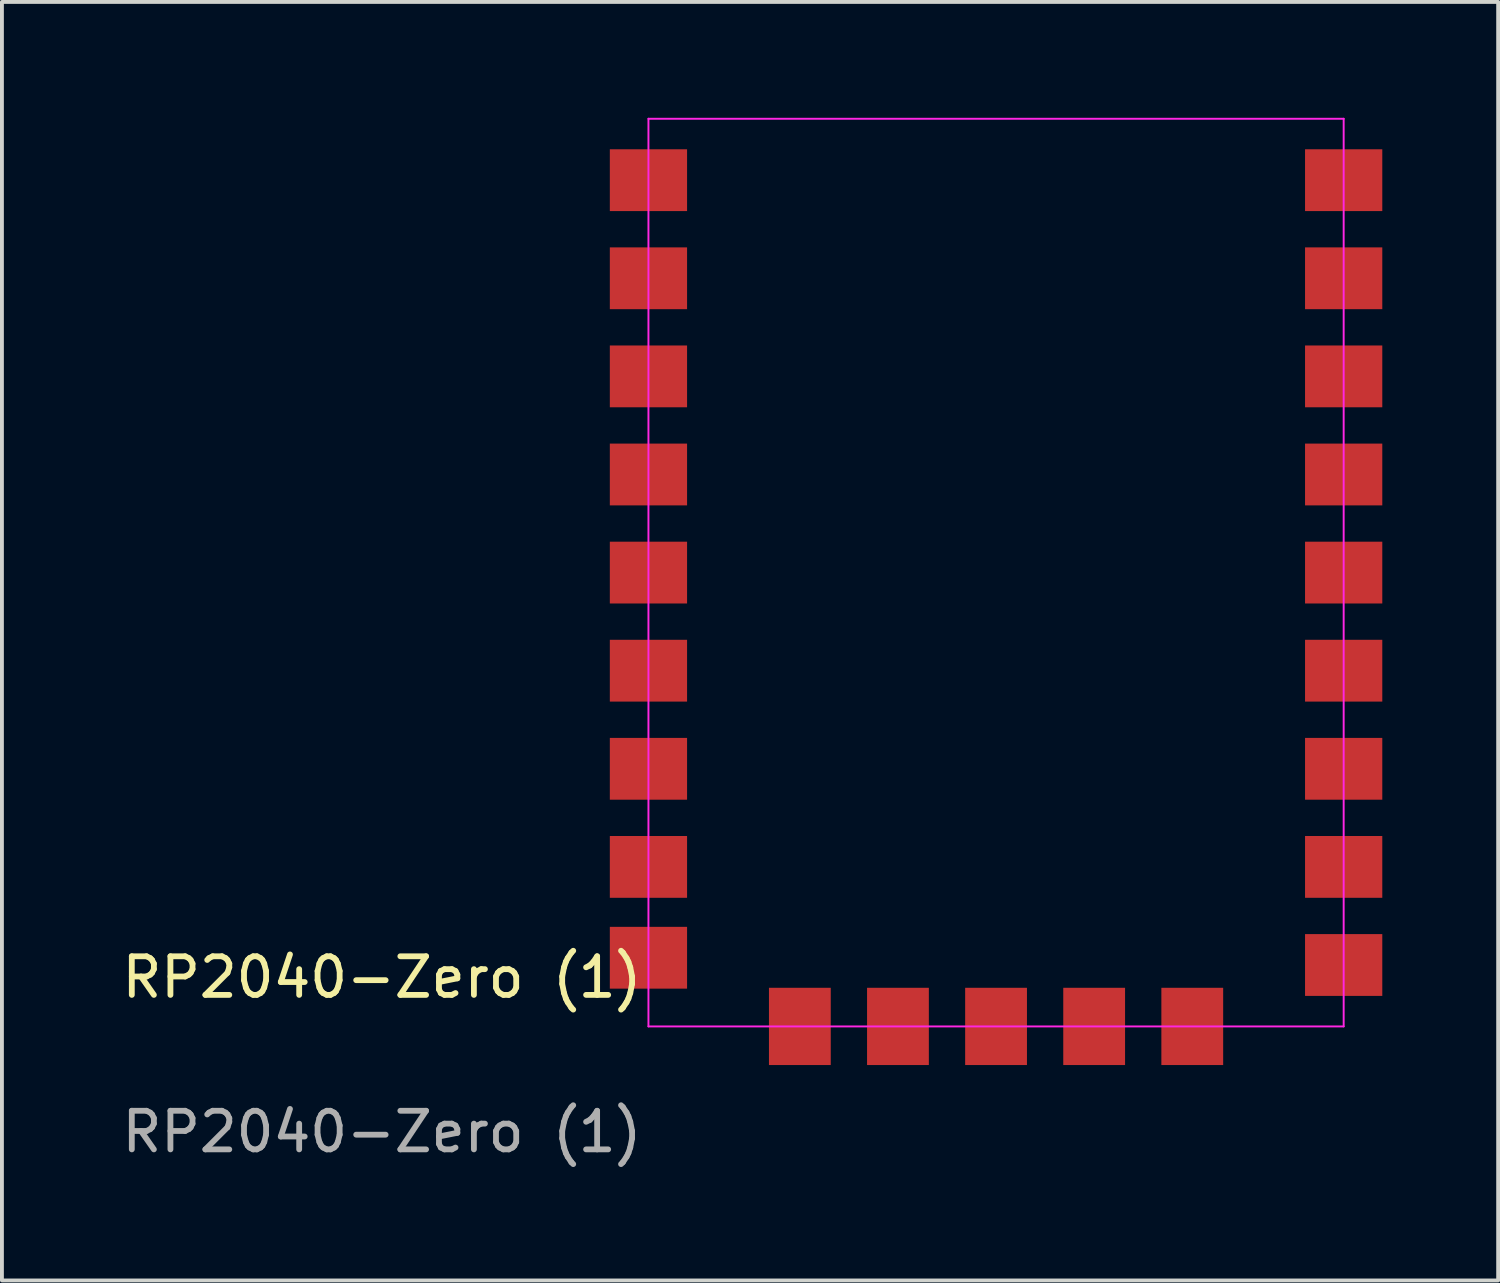
<source format=kicad_pcb>
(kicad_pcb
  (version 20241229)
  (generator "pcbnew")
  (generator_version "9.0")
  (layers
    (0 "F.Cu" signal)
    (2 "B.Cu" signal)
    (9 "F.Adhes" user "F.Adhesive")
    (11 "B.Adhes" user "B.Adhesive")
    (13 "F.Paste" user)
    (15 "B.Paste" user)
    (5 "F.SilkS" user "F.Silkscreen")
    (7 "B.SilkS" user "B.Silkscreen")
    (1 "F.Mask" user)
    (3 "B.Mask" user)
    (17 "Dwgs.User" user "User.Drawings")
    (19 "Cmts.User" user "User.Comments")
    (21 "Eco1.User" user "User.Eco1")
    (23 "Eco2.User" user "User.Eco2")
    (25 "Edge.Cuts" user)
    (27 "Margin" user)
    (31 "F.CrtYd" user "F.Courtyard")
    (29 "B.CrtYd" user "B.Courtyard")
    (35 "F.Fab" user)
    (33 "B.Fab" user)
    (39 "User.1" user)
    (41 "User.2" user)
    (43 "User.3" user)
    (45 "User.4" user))
  (footprint "RP2040-Zero (1)"
    (layer "F.Cu")
    (at 13.739 23.525)
    (property "Reference" "RP2040-Zero (1)" (at -6.9 -1.271 0) (unlocked yes) (layer "F.SilkS") (effects (font (size 1 1) (thickness 0.15))))
    (attr through_hole)
    (fp_line (start 0 -23.5) (end 0 0) (stroke (width 0.05) (type solid)) (layer "F.CrtYd"))
    (fp_line (start 0 -23.5) (end 18 -23.5) (stroke (width 0.05) (type solid)) (layer "F.CrtYd"))
    (fp_line (start 18 -23.5) (end 18 0) (stroke (width 0.05) (type solid)) (layer "F.CrtYd"))
    (fp_line (start 18 0) (end 0 0) (stroke (width 0.05) (type solid)) (layer "F.CrtYd"))
    (fp_text user "${REFERENCE}" (at -6.9 2.729 0) (unlocked yes) (layer "F.Fab") (effects (font (size 1 1) (thickness 0.15))))
    (pad "1" smd rect (at 18 -21.91) (size 2 1.6) (layers "F.Cu" "F.Mask" "F.Paste"))
    (pad "2" smd rect (at 18 -19.37) (size 2 1.6) (layers "F.Cu" "F.Mask" "F.Paste"))
    (pad "3" smd rect (at 18 -16.83) (size 2 1.6) (layers "F.Cu" "F.Mask" "F.Paste"))
    (pad "4" smd rect (at 18 -14.29) (size 2 1.6) (layers "F.Cu" "F.Mask" "F.Paste"))
    (pad "5" smd rect (at 18 -11.75) (size 2 1.6) (layers "F.Cu" "F.Mask" "F.Paste"))
    (pad "6" smd rect (at 18 -9.21) (size 2 1.6) (layers "F.Cu" "F.Mask" "F.Paste"))
    (pad "7" smd rect (at 18 -6.67) (size 2 1.6) (layers "F.Cu" "F.Mask" "F.Paste"))
    (pad "8" smd rect (at 18 -4.13) (size 2 1.6) (layers "F.Cu" "F.Mask" "F.Paste"))
    (pad "9" smd rect (at 18 -1.59) (size 2 1.6) (layers "F.Cu" "F.Mask" "F.Paste"))
    (pad "10" smd rect (at 14.08 0 90) (size 2 1.6) (layers "F.Cu" "F.Mask" "F.Paste"))
    (pad "11" smd rect (at 11.54 0 90) (size 2 1.6) (layers "F.Cu" "F.Mask" "F.Paste"))
    (pad "12" smd rect (at 9 0 90) (size 2 1.6) (layers "F.Cu" "F.Mask" "F.Paste"))
    (pad "13" smd rect (at 6.46 0 90) (size 2 1.6) (layers "F.Cu" "F.Mask" "F.Paste"))
    (pad "14" smd rect (at 3.92 0 90) (size 2 1.6) (layers "F.Cu" "F.Mask" "F.Paste"))
    (pad "15" smd rect (at 0 -1.778) (size 2 1.6) (layers "F.Cu" "F.Mask" "F.Paste"))
    (pad "16" smd rect (at 0 -4.13) (size 2 1.6) (layers "F.Cu" "F.Mask" "F.Paste"))
    (pad "17" smd rect (at 0 -6.67) (size 2 1.6) (layers "F.Cu" "F.Mask" "F.Paste"))
    (pad "18" smd rect (at 0 -9.21) (size 2 1.6) (layers "F.Cu" "F.Mask" "F.Paste"))
    (pad "19" smd rect (at 0 -11.75) (size 2 1.6) (layers "F.Cu" "F.Mask" "F.Paste"))
    (pad "20" smd rect (at 0 -14.29) (size 2 1.6) (layers "F.Cu" "F.Mask" "F.Paste"))
    (pad "21" smd rect (at 0 -16.83) (size 2 1.6) (layers "F.Cu" "F.Mask" "F.Paste"))
    (pad "22" smd rect (at 0 -19.37) (size 2 1.6) (layers "F.Cu" "F.Mask" "F.Paste"))
    (pad "23" smd rect (at 0 -21.91) (size 2 1.6) (layers "F.Cu" "F.Mask" "F.Paste")))
  (gr_rect
    (start -3 -3)
    (end 35.739 30.102)
    (stroke (width 0.1) (type default))
    (fill no)
    (layer "Edge.Cuts")))
</source>
